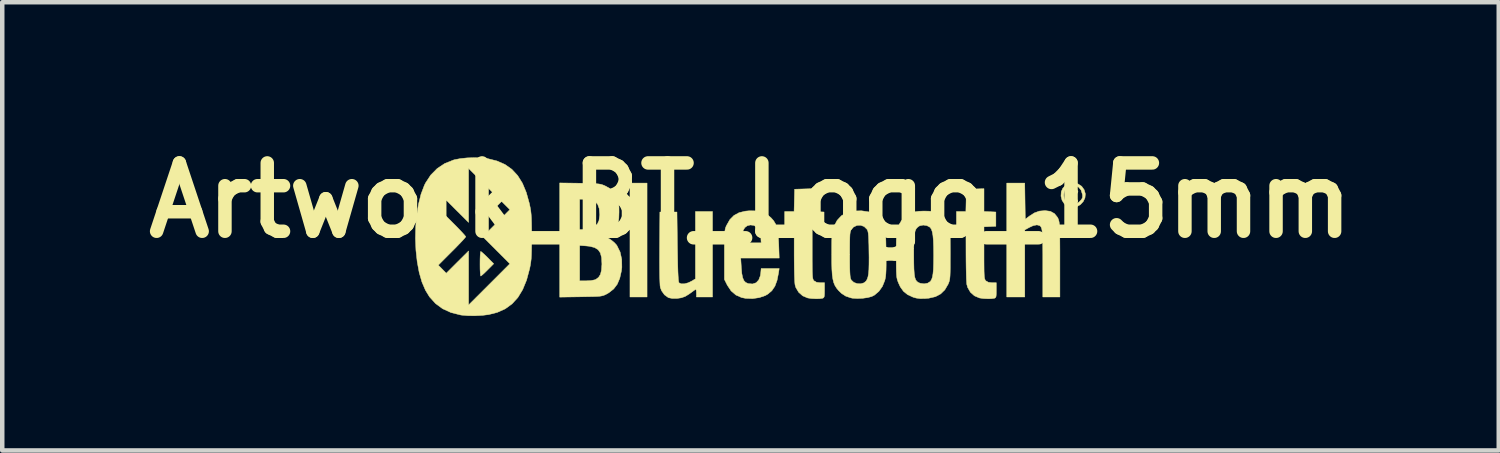
<source format=kicad_pcb>
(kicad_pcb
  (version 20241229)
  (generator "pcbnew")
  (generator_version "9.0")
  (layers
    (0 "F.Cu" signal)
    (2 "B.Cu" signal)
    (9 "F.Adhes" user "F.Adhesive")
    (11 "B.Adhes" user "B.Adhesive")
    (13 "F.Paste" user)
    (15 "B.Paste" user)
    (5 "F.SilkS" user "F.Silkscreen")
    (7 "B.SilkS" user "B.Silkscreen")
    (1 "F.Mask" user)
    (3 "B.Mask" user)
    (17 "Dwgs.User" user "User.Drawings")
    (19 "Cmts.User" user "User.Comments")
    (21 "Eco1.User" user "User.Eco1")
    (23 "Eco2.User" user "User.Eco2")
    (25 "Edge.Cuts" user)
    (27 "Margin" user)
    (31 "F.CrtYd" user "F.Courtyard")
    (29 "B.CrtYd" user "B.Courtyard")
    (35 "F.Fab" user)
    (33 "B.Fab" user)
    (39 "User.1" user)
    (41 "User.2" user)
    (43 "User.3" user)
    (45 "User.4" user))
  (footprint "Artwork_BT_Logo_15mm"
    (layer "F.Cu")
    (at 13.687 2.218)
    (property "Reference" "Artwork_BT_Logo_15mm" (at 0 -0.8 0) (layer "F.SilkS") (effects (font (size 1.524 1.524) (thickness 0.3))))
    (attr through_hole)
    (fp_poly (pts (xy -2.307 1.355) (xy -2.688 1.355) (xy -2.688 -1.185) (xy -2.307 -1.185) (xy -2.307 1.355)) (stroke (width 0.01) (type solid)) (fill yes) (layer "F.SilkS"))
    (fp_poly (pts (xy -5.995 -0.854) (xy -5.952 -0.816) (xy -5.894 -0.761) (xy -5.863 -0.73) (xy -5.727 -0.593) (xy -5.863 -0.455) (xy -5.925 -0.395) (xy -5.976 -0.348) (xy -6.009 -0.321) (xy -6.016 -0.318) (xy -6.022 -0.337) (xy -6.027 -0.392) (xy -6.031 -0.473) (xy -6.032 -0.572) (xy -6.032 -0.593) (xy -6.031 -0.695) (xy -6.028 -0.78) (xy -6.023 -0.84) (xy -6.017 -0.867) (xy -6.016 -0.868) (xy -5.995 -0.854)) (stroke (width 0.01) (type solid)) (fill yes) (layer "F.SilkS"))
    (fp_poly (pts (xy -5.995 0.353) (xy -5.952 0.391) (xy -5.894 0.445) (xy -5.863 0.476) (xy -5.727 0.614) (xy -5.863 0.751) (xy -5.925 0.812) (xy -5.976 0.859) (xy -6.009 0.885) (xy -6.016 0.889) (xy -6.022 0.869) (xy -6.027 0.815) (xy -6.031 0.734) (xy -6.032 0.634) (xy -6.032 0.614) (xy -6.031 0.511) (xy -6.028 0.426) (xy -6.023 0.366) (xy -6.017 0.339) (xy -6.016 0.339) (xy -5.995 0.353)) (stroke (width 0.01) (type solid)) (fill yes) (layer "F.SilkS"))
    (fp_poly (pts (xy 7.232 -1.067) (xy 7.28 -1.037) (xy 7.302 -0.998) (xy 7.303 -0.993) (xy 7.289 -0.965) (xy 7.263 -0.934) (xy 7.237 -0.904) (xy 7.238 -0.879) (xy 7.263 -0.844) (xy 7.295 -0.795) (xy 7.297 -0.769) (xy 7.271 -0.762) (xy 7.241 -0.779) (xy 7.208 -0.821) (xy 7.203 -0.831) (xy 7.165 -0.9) (xy 7.158 -0.831) (xy 7.149 -0.776) (xy 7.138 -0.76) (xy 7.127 -0.777) (xy 7.117 -0.823) (xy 7.112 -0.895) (xy 7.112 -0.921) (xy 7.112 -0.984) (xy 7.154 -0.984) (xy 7.161 -0.941) (xy 7.186 -0.935) (xy 7.216 -0.951) (xy 7.234 -0.981) (xy 7.224 -1.017) (xy 7.193 -1.037) (xy 7.187 -1.037) (xy 7.161 -1.019) (xy 7.154 -0.984) (xy 7.112 -0.984) (xy 7.112 -1.079) (xy 7.174 -1.079) (xy 7.232 -1.067)) (stroke (width 0.01) (type solid)) (fill yes) (layer "F.SilkS"))
    (fp_poly (pts (xy 7.303 -1.167) (xy 7.385 -1.114) (xy 7.441 -1.036) (xy 7.468 -0.944) (xy 7.459 -0.854) (xy 7.42 -0.773) (xy 7.358 -0.706) (xy 7.279 -0.66) (xy 7.189 -0.642) (xy 7.094 -0.658) (xy 7.075 -0.665) (xy 7 -0.721) (xy 6.948 -0.801) (xy 6.924 -0.896) (xy 6.926 -0.92) (xy 6.985 -0.92) (xy 6.997 -0.83) (xy 7.037 -0.766) (xy 7.086 -0.731) (xy 7.172 -0.701) (xy 7.249 -0.71) (xy 7.325 -0.76) (xy 7.339 -0.773) (xy 7.384 -0.823) (xy 7.404 -0.863) (xy 7.405 -0.911) (xy 7.402 -0.934) (xy 7.372 -1.029) (xy 7.316 -1.096) (xy 7.238 -1.13) (xy 7.147 -1.129) (xy 7.122 -1.122) (xy 7.045 -1.076) (xy 6.998 -1.003) (xy 6.985 -0.92) (xy 6.926 -0.92) (xy 6.93 -0.992) (xy 6.963 -1.067) (xy 7.025 -1.136) (xy 7.103 -1.174) (xy 7.199 -1.185) (xy 7.303 -1.167)) (stroke (width 0.01) (type solid)) (fill yes) (layer "F.SilkS"))
    (fp_poly (pts (xy 6.128 -0.378) (xy 6.223 -0.451) (xy 6.333 -0.521) (xy 6.442 -0.56) (xy 6.567 -0.571) (xy 6.57 -0.571) (xy 6.688 -0.555) (xy 6.78 -0.504) (xy 6.847 -0.42) (xy 6.859 -0.396) (xy 6.869 -0.371) (xy 6.877 -0.343) (xy 6.884 -0.307) (xy 6.889 -0.26) (xy 6.893 -0.196) (xy 6.896 -0.112) (xy 6.898 -0.003) (xy 6.899 0.135) (xy 6.9 0.307) (xy 6.9 0.517) (xy 6.9 0.524) (xy 6.9 1.355) (xy 6.519 1.355) (xy 6.519 0.612) (xy 6.519 0.406) (xy 6.518 0.237) (xy 6.516 0.102) (xy 6.512 -0.003) (xy 6.507 -0.082) (xy 6.5 -0.14) (xy 6.49 -0.181) (xy 6.477 -0.209) (xy 6.461 -0.228) (xy 6.447 -0.238) (xy 6.387 -0.253) (xy 6.304 -0.236) (xy 6.221 -0.198) (xy 6.117 -0.141) (xy 6.117 1.355) (xy 5.715 1.355) (xy 5.715 -1.185) (xy 6.116 -1.185) (xy 6.128 -0.378)) (stroke (width 0.01) (type solid)) (fill yes) (layer "F.SilkS"))
    (fp_poly (pts (xy -0.847 1.355) (xy -1.206 1.355) (xy -1.206 1.27) (xy -1.209 1.217) (xy -1.216 1.187) (xy -1.219 1.185) (xy -1.242 1.197) (xy -1.285 1.228) (xy -1.309 1.246) (xy -1.375 1.293) (xy -1.444 1.335) (xy -1.459 1.344) (xy -1.543 1.373) (xy -1.643 1.388) (xy -1.742 1.388) (xy -1.823 1.372) (xy -1.833 1.368) (xy -1.918 1.307) (xy -1.983 1.216) (xy -2.011 1.142) (xy -2.017 1.099) (xy -2.021 1.016) (xy -2.025 0.896) (xy -2.027 0.744) (xy -2.028 0.561) (xy -2.027 0.351) (xy -2.027 0.261) (xy -2.021 -0.54) (xy -1.64 -0.54) (xy -1.63 0.237) (xy -1.626 0.454) (xy -1.623 0.632) (xy -1.619 0.774) (xy -1.614 0.882) (xy -1.609 0.96) (xy -1.603 1.011) (xy -1.595 1.037) (xy -1.593 1.04) (xy -1.544 1.062) (xy -1.472 1.061) (xy -1.388 1.038) (xy -1.323 1.007) (xy -1.228 0.951) (xy -1.228 -0.55) (xy -0.847 -0.55) (xy -0.847 1.355)) (stroke (width 0.01) (type solid)) (fill yes) (layer "F.SilkS"))
    (fp_poly (pts (xy 1.376 -0.552) (xy 1.64 -0.54) (xy 1.64 -0.222) (xy 1.508 -0.216) (xy 1.376 -0.21) (xy 1.376 0.371) (xy 1.376 0.544) (xy 1.377 0.679) (xy 1.378 0.782) (xy 1.381 0.857) (xy 1.385 0.91) (xy 1.391 0.946) (xy 1.399 0.97) (xy 1.41 0.986) (xy 1.418 0.995) (xy 1.472 1.027) (xy 1.553 1.037) (xy 1.556 1.037) (xy 1.651 1.037) (xy 1.651 1.204) (xy 1.65 1.288) (xy 1.646 1.339) (xy 1.635 1.366) (xy 1.617 1.38) (xy 1.603 1.384) (xy 1.538 1.393) (xy 1.45 1.394) (xy 1.357 1.389) (xy 1.277 1.377) (xy 1.273 1.376) (xy 1.163 1.329) (xy 1.074 1.25) (xy 1.012 1.146) (xy 0.994 1.088) (xy 0.989 1.046) (xy 0.984 0.968) (xy 0.98 0.859) (xy 0.977 0.728) (xy 0.975 0.579) (xy 0.974 0.419) (xy 0.974 0.397) (xy 0.974 -0.212) (xy 0.762 -0.212) (xy 0.762 -0.55) (xy 0.867 -0.55) (xy 0.972 -0.55) (xy 0.978 -0.799) (xy 0.984 -1.048) (xy 1.18 -1.054) (xy 1.376 -1.06) (xy 1.376 -0.552)) (stroke (width 0.01) (type solid)) (fill yes) (layer "F.SilkS"))
    (fp_poly (pts (xy 5.207 -0.552) (xy 5.339 -0.546) (xy 5.472 -0.54) (xy 5.472 -0.222) (xy 5.339 -0.216) (xy 5.207 -0.21) (xy 5.207 0.371) (xy 5.207 0.544) (xy 5.208 0.679) (xy 5.209 0.782) (xy 5.212 0.857) (xy 5.216 0.91) (xy 5.222 0.946) (xy 5.231 0.97) (xy 5.241 0.986) (xy 5.249 0.995) (xy 5.303 1.027) (xy 5.384 1.037) (xy 5.387 1.037) (xy 5.482 1.037) (xy 5.482 1.204) (xy 5.481 1.288) (xy 5.477 1.339) (xy 5.467 1.366) (xy 5.448 1.38) (xy 5.435 1.384) (xy 5.369 1.393) (xy 5.281 1.394) (xy 5.188 1.389) (xy 5.108 1.377) (xy 5.104 1.376) (xy 4.994 1.329) (xy 4.905 1.25) (xy 4.844 1.145) (xy 4.824 1.076) (xy 4.82 1.031) (xy 4.815 0.95) (xy 4.812 0.84) (xy 4.809 0.707) (xy 4.807 0.557) (xy 4.806 0.397) (xy 4.806 0.386) (xy 4.805 -0.212) (xy 4.593 -0.212) (xy 4.593 -0.55) (xy 4.698 -0.55) (xy 4.803 -0.55) (xy 4.809 -0.799) (xy 4.815 -1.048) (xy 5.011 -1.054) (xy 5.207 -1.06) (xy 5.207 -0.552)) (stroke (width 0.01) (type solid)) (fill yes) (layer "F.SilkS"))
    (fp_poly (pts (xy 0.131 -0.565) (xy 0.262 -0.537) (xy 0.373 -0.482) (xy 0.455 -0.414) (xy 0.513 -0.349) (xy 0.556 -0.279) (xy 0.587 -0.198) (xy 0.608 -0.096) (xy 0.622 0.032) (xy 0.63 0.185) (xy 0.64 0.487) (xy -0.218 0.487) (xy -0.205 0.698) (xy -0.194 0.829) (xy -0.175 0.924) (xy -0.147 0.99) (xy -0.108 1.031) (xy -0.054 1.055) (xy -0.053 1.056) (xy 0.045 1.065) (xy 0.125 1.038) (xy 0.184 0.975) (xy 0.22 0.88) (xy 0.228 0.827) (xy 0.238 0.72) (xy 0.64 0.72) (xy 0.625 0.82) (xy 0.592 0.985) (xy 0.544 1.115) (xy 0.476 1.215) (xy 0.386 1.291) (xy 0.329 1.324) (xy 0.196 1.369) (xy 0.046 1.391) (xy -0.105 1.386) (xy -0.197 1.368) (xy -0.326 1.311) (xy -0.433 1.219) (xy -0.518 1.091) (xy -0.519 1.089) (xy -0.582 0.963) (xy -0.582 0.413) (xy -0.582 0.245) (xy -0.581 0.148) (xy -0.215 0.148) (xy 0.238 0.148) (xy 0.229 0.008) (xy 0.222 -0.071) (xy 0.209 -0.122) (xy 0.185 -0.16) (xy 0.152 -0.193) (xy 0.076 -0.242) (xy -0.004 -0.251) (xy -0.072 -0.234) (xy -0.128 -0.192) (xy -0.17 -0.115) (xy -0.196 -0.001) (xy -0.2 0.026) (xy -0.215 0.148) (xy -0.581 0.148) (xy -0.581 0.114) (xy -0.579 0.014) (xy -0.576 -0.061) (xy -0.571 -0.117) (xy -0.564 -0.16) (xy -0.554 -0.195) (xy -0.541 -0.227) (xy -0.533 -0.243) (xy -0.46 -0.371) (xy -0.369 -0.463) (xy -0.255 -0.525) (xy -0.114 -0.559) (xy -0.029 -0.567) (xy 0.131 -0.565)) (stroke (width 0.01) (type solid)) (fill yes) (layer "F.SilkS"))
    (fp_poly (pts (xy -3.805 -1.182) (xy -3.653 -1.179) (xy -3.538 -1.176) (xy -3.451 -1.172) (xy -3.387 -1.166) (xy -3.338 -1.158) (xy -3.299 -1.146) (xy -3.261 -1.131) (xy -3.249 -1.126) (xy -3.146 -1.07) (xy -3.071 -1.004) (xy -3.009 -0.916) (xy -2.988 -0.878) (xy -2.963 -0.827) (xy -2.947 -0.778) (xy -2.938 -0.722) (xy -2.933 -0.647) (xy -2.932 -0.54) (xy -2.932 -0.54) (xy -2.936 -0.404) (xy -2.95 -0.3) (xy -2.978 -0.217) (xy -3.025 -0.145) (xy -3.093 -0.072) (xy -3.112 -0.055) (xy -3.158 -0.011) (xy -3.187 0.02) (xy -3.193 0.029) (xy -3.099 0.091) (xy -3.035 0.144) (xy -2.989 0.194) (xy -2.977 0.212) (xy -2.908 0.352) (xy -2.872 0.515) (xy -2.869 0.693) (xy -2.879 0.775) (xy -2.916 0.939) (xy -2.972 1.071) (xy -3.051 1.175) (xy -3.157 1.259) (xy -3.207 1.288) (xy -3.242 1.306) (xy -3.276 1.32) (xy -3.313 1.33) (xy -3.36 1.338) (xy -3.424 1.343) (xy -3.512 1.346) (xy -3.628 1.348) (xy -3.781 1.351) (xy -3.784 1.351) (xy -4.255 1.358) (xy -4.255 0.995) (xy -3.81 0.995) (xy -3.661 0.995) (xy -3.557 0.989) (xy -3.476 0.973) (xy -3.449 0.963) (xy -3.388 0.917) (xy -3.346 0.851) (xy -3.323 0.757) (xy -3.314 0.63) (xy -3.314 0.614) (xy -3.321 0.476) (xy -3.348 0.373) (xy -3.399 0.3) (xy -3.478 0.252) (xy -3.59 0.224) (xy -3.667 0.216) (xy -3.81 0.206) (xy -3.81 0.995) (xy -4.255 0.995) (xy -4.255 -0.826) (xy -3.81 -0.826) (xy -3.81 -0.148) (xy -3.688 -0.148) (xy -3.578 -0.159) (xy -3.499 -0.19) (xy -3.424 -0.256) (xy -3.379 -0.349) (xy -3.363 -0.47) (xy -3.363 -0.487) (xy -3.374 -0.617) (xy -3.409 -0.713) (xy -3.47 -0.777) (xy -3.561 -0.814) (xy -3.682 -0.826) (xy -3.81 -0.826) (xy -4.255 -0.826) (xy -4.255 -1.188) (xy -3.805 -1.182)) (stroke (width 0.01) (type solid)) (fill yes) (layer "F.SilkS"))
    (fp_poly (pts (xy -5.989 -1.745) (xy -5.859 -1.73) (xy -5.653 -1.678) (xy -5.475 -1.6) (xy -5.322 -1.492) (xy -5.193 -1.353) (xy -5.086 -1.182) (xy -5 -0.975) (xy -4.932 -0.732) (xy -4.927 -0.709) (xy -4.912 -0.635) (xy -4.9 -0.564) (xy -4.892 -0.49) (xy -4.886 -0.403) (xy -4.883 -0.298) (xy -4.881 -0.166) (xy -4.881 0.000477) (xy -4.881 0.011) (xy -4.881 0.179) (xy -4.883 0.313) (xy -4.886 0.42) (xy -4.891 0.507) (xy -4.9 0.582) (xy -4.911 0.652) (xy -4.926 0.726) (xy -4.927 0.73) (xy -4.994 0.979) (xy -5.081 1.19) (xy -5.188 1.367) (xy -5.318 1.509) (xy -5.471 1.62) (xy -5.648 1.699) (xy -5.837 1.747) (xy -5.979 1.765) (xy -6.139 1.773) (xy -6.298 1.772) (xy -6.439 1.76) (xy -6.465 1.756) (xy -6.68 1.702) (xy -6.866 1.617) (xy -7.025 1.5) (xy -7.159 1.351) (xy -7.248 1.206) (xy -7.327 1.022) (xy -7.389 0.807) (xy -7.433 0.568) (xy -7.461 0.313) (xy -7.472 0.05) (xy -7.466 -0.215) (xy -7.443 -0.473) (xy -7.419 -0.623) (xy -6.963 -0.623) (xy -6.657 -0.317) (xy -6.564 -0.224) (xy -6.483 -0.14) (xy -6.417 -0.07) (xy -6.372 -0.019) (xy -6.351 0.008) (xy -6.35 0.011) (xy -6.364 0.031) (xy -6.404 0.077) (xy -6.466 0.143) (xy -6.544 0.224) (xy -6.634 0.316) (xy -6.657 0.338) (xy -6.963 0.645) (xy -6.874 0.735) (xy -6.785 0.826) (xy -6.536 0.577) (xy -6.287 0.329) (xy -6.287 1.534) (xy -5.826 1.074) (xy -5.366 0.614) (xy -5.969 0.011) (xy -5.667 -0.291) (xy -5.366 -0.593) (xy -6.287 -1.513) (xy -6.287 -0.308) (xy -6.536 -0.556) (xy -6.785 -0.805) (xy -6.963 -0.623) (xy -7.419 -0.623) (xy -7.403 -0.718) (xy -7.347 -0.941) (xy -7.273 -1.135) (xy -7.248 -1.186) (xy -7.132 -1.363) (xy -6.989 -1.508) (xy -6.82 -1.621) (xy -6.625 -1.699) (xy -6.601 -1.706) (xy -6.472 -1.731) (xy -6.317 -1.747) (xy -6.151 -1.752) (xy -5.989 -1.745)) (stroke (width 0.01) (type solid)) (fill yes) (layer "F.SilkS"))
    (fp_poly (pts (xy 2.475 -0.567) (xy 2.636 -0.543) (xy 2.768 -0.489) (xy 2.874 -0.405) (xy 2.956 -0.288) (xy 2.972 -0.254) (xy 2.986 -0.221) (xy 2.997 -0.184) (xy 3.005 -0.139) (xy 3.011 -0.08) (xy 3.016 0.000475) (xy 3.019 0.107) (xy 3.022 0.247) (xy 3.023 0.349) (xy 3.025 0.518) (xy 3.025 0.652) (xy 3.023 0.755) (xy 3.019 0.836) (xy 3.013 0.9) (xy 3.003 0.953) (xy 2.994 0.989) (xy 2.942 1.118) (xy 2.864 1.228) (xy 2.766 1.312) (xy 2.704 1.344) (xy 2.615 1.368) (xy 2.502 1.384) (xy 2.384 1.389) (xy 2.279 1.383) (xy 2.238 1.375) (xy 2.124 1.336) (xy 2.031 1.276) (xy 1.962 1.209) (xy 1.918 1.155) (xy 1.883 1.098) (xy 1.856 1.034) (xy 1.837 0.956) (xy 1.823 0.859) (xy 1.815 0.736) (xy 1.811 0.583) (xy 1.811 0.398) (xy 2.212 0.398) (xy 2.212 0.41) (xy 2.212 0.573) (xy 2.213 0.7) (xy 2.216 0.795) (xy 2.22 0.864) (xy 2.225 0.913) (xy 2.233 0.946) (xy 2.244 0.971) (xy 2.249 0.979) (xy 2.304 1.03) (xy 2.378 1.057) (xy 2.459 1.061) (xy 2.532 1.039) (xy 2.577 1.001) (xy 2.601 0.96) (xy 2.619 0.908) (xy 2.632 0.838) (xy 2.64 0.745) (xy 2.643 0.624) (xy 2.644 0.469) (xy 2.642 0.35) (xy 2.64 0.198) (xy 2.636 0.082) (xy 2.632 -0.004) (xy 2.626 -0.065) (xy 2.618 -0.108) (xy 2.607 -0.138) (xy 2.597 -0.155) (xy 2.535 -0.216) (xy 2.456 -0.245) (xy 2.373 -0.241) (xy 2.296 -0.204) (xy 2.256 -0.162) (xy 2.242 -0.142) (xy 2.232 -0.118) (xy 2.224 -0.086) (xy 2.218 -0.04) (xy 2.215 0.026) (xy 2.213 0.118) (xy 2.212 0.24) (xy 2.212 0.398) (xy 1.811 0.398) (xy 1.811 0.393) (xy 1.811 0.392) (xy 1.811 0.234) (xy 1.812 0.112) (xy 1.815 0.02) (xy 1.819 -0.05) (xy 1.826 -0.103) (xy 1.836 -0.147) (xy 1.849 -0.188) (xy 1.861 -0.219) (xy 1.933 -0.355) (xy 2.028 -0.457) (xy 2.149 -0.526) (xy 2.296 -0.562) (xy 2.47 -0.567) (xy 2.475 -0.567)) (stroke (width 0.01) (type solid)) (fill yes) (layer "F.SilkS"))
    (fp_poly (pts (xy 3.967 -0.559) (xy 4.041 -0.554) (xy 4.097 -0.542) (xy 4.146 -0.522) (xy 4.164 -0.513) (xy 4.283 -0.43) (xy 4.373 -0.322) (xy 4.41 -0.254) (xy 4.424 -0.223) (xy 4.434 -0.191) (xy 4.442 -0.153) (xy 4.448 -0.103) (xy 4.452 -0.035) (xy 4.454 0.057) (xy 4.455 0.177) (xy 4.456 0.332) (xy 4.456 0.402) (xy 4.455 0.572) (xy 4.455 0.704) (xy 4.453 0.806) (xy 4.45 0.883) (xy 4.445 0.94) (xy 4.438 0.983) (xy 4.428 1.019) (xy 4.415 1.052) (xy 4.407 1.071) (xy 4.334 1.195) (xy 4.241 1.286) (xy 4.124 1.348) (xy 3.977 1.382) (xy 3.895 1.389) (xy 3.784 1.391) (xy 3.694 1.379) (xy 3.625 1.359) (xy 3.504 1.303) (xy 3.412 1.229) (xy 3.34 1.128) (xy 3.298 1.037) (xy 3.283 0.998) (xy 3.271 0.959) (xy 3.262 0.914) (xy 3.257 0.858) (xy 3.253 0.783) (xy 3.251 0.683) (xy 3.25 0.552) (xy 3.25 0.423) (xy 3.25 0.417) (xy 3.641 0.417) (xy 3.642 0.592) (xy 3.645 0.729) (xy 3.652 0.834) (xy 3.663 0.911) (xy 3.681 0.967) (xy 3.706 1.004) (xy 3.739 1.03) (xy 3.781 1.048) (xy 3.788 1.05) (xy 3.872 1.062) (xy 3.951 1.047) (xy 4.01 1.01) (xy 4.017 1.001) (xy 4.04 0.961) (xy 4.058 0.907) (xy 4.07 0.834) (xy 4.079 0.737) (xy 4.083 0.609) (xy 4.085 0.446) (xy 4.085 0.417) (xy 4.083 0.236) (xy 4.078 0.093) (xy 4.068 -0.018) (xy 4.053 -0.1) (xy 4.033 -0.158) (xy 4.006 -0.196) (xy 4.001 -0.201) (xy 3.934 -0.237) (xy 3.853 -0.249) (xy 3.777 -0.234) (xy 3.756 -0.223) (xy 3.721 -0.196) (xy 3.694 -0.164) (xy 3.673 -0.12) (xy 3.659 -0.06) (xy 3.649 0.023) (xy 3.644 0.132) (xy 3.641 0.274) (xy 3.641 0.417) (xy 3.25 0.417) (xy 3.25 0.246) (xy 3.252 0.104) (xy 3.257 -0.007) (xy 3.266 -0.095) (xy 3.28 -0.166) (xy 3.299 -0.225) (xy 3.325 -0.279) (xy 3.359 -0.334) (xy 3.371 -0.352) (xy 3.442 -0.439) (xy 3.525 -0.5) (xy 3.626 -0.538) (xy 3.754 -0.557) (xy 3.862 -0.561) (xy 3.967 -0.559)) (stroke (width 0.01) (type solid)) (fill yes) (layer "F.SilkS")))
  (gr_rect
    (start -3 -3)
    (end 30.374 6.996)
    (stroke (width 0.1) (type default))
    (fill no)
    (layer "Edge.Cuts")))
</source>
